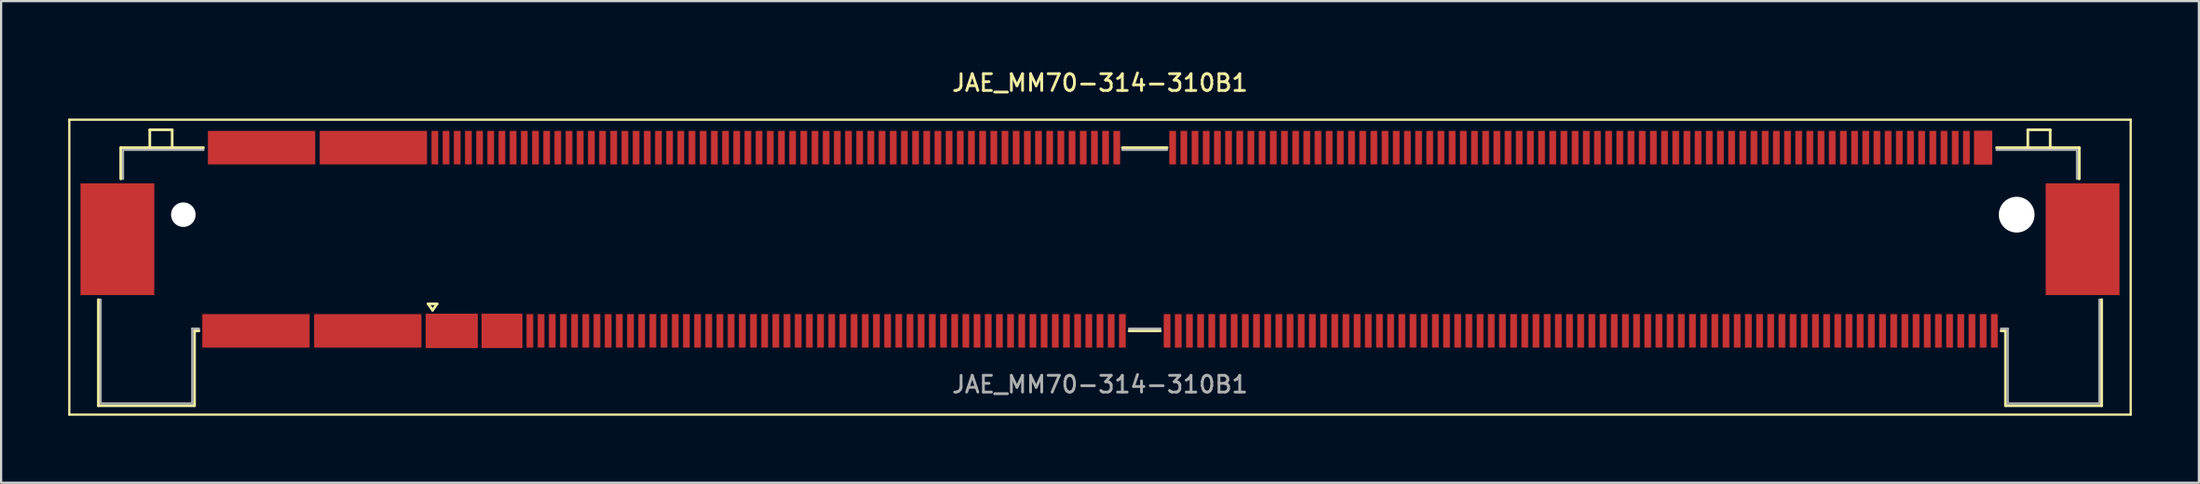
<source format=kicad_pcb>
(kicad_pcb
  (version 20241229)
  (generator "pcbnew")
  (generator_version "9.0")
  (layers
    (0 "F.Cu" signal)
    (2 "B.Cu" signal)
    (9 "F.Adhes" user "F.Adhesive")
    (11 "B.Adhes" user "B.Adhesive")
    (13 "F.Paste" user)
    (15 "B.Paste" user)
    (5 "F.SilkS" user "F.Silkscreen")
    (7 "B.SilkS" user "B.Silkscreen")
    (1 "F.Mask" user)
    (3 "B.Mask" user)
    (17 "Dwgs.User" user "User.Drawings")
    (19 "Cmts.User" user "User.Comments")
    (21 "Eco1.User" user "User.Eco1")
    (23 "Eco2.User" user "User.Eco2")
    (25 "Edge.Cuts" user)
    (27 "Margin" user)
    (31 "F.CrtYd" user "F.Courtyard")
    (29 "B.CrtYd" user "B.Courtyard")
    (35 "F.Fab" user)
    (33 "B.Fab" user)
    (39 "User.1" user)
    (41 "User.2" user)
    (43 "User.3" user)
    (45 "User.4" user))
  (footprint "JAE_MM70-314-310B1"
    (layer "F.Cu")
    (at 46.15 7.658)
    (property "Reference" "JAE_MM70-314-310B1" (at 0 -7 0) (layer "F.SilkS") (effects (font (size 0.75 0.75) (thickness 0.125))))
    (attr smd)
    (fp_line (start -46.1 -5.35) (end -46.1 7.85) (stroke (width 0.1) (type solid)) (layer "F.SilkS"))
    (fp_line (start -46.1 7.85) (end 46.1 7.85) (stroke (width 0.1) (type solid)) (layer "F.SilkS"))
    (fp_line (start -44.8 7.45) (end -44.8 2.7) (stroke (width 0.12) (type solid)) (layer "F.SilkS"))
    (fp_line (start -43.8 -4.1) (end -43.8 -2.7) (stroke (width 0.12) (type solid)) (layer "F.SilkS"))
    (fp_line (start -42.5 -4.9) (end -42.5 -4.1) (stroke (width 0.12) (type solid)) (layer "F.SilkS"))
    (fp_line (start -41.5 -4.9) (end -42.5 -4.9) (stroke (width 0.12) (type solid)) (layer "F.SilkS"))
    (fp_line (start -41.5 -4.9) (end -41.5 -4.1) (stroke (width 0.12) (type solid)) (layer "F.SilkS"))
    (fp_line (start -40.5 7.45) (end -44.8 7.45) (stroke (width 0.12) (type solid)) (layer "F.SilkS"))
    (fp_line (start -40.5 7.45) (end -40.5 4.1) (stroke (width 0.12) (type solid)) (layer "F.SilkS"))
    (fp_line (start -40.3 4.1) (end -40.5 4.1) (stroke (width 0.12) (type solid)) (layer "F.SilkS"))
    (fp_line (start -40.1 -4.1) (end -43.8 -4.1) (stroke (width 0.12) (type solid)) (layer "F.SilkS"))
    (fp_line (start -30.052 2.892) (end -29.652 2.892) (stroke (width 0.12) (type solid)) (layer "F.SilkS"))
    (fp_line (start -29.852 3.175) (end -30.052 2.892) (stroke (width 0.12) (type solid)) (layer "F.SilkS"))
    (fp_line (start -29.652 2.892) (end -29.852 3.175) (stroke (width 0.12) (type solid)) (layer "F.SilkS"))
    (fp_line (start 1 -4.1) (end 3 -4.1) (stroke (width 0.12) (type solid)) (layer "F.SilkS"))
    (fp_line (start 1.3 4.1) (end 2.7 4.1) (stroke (width 0.12) (type solid)) (layer "F.SilkS"))
    (fp_line (start 40.1 -4.1) (end 43.8 -4.1) (stroke (width 0.12) (type solid)) (layer "F.SilkS"))
    (fp_line (start 40.3 4.1) (end 40.5 4.1) (stroke (width 0.12) (type solid)) (layer "F.SilkS"))
    (fp_line (start 40.5 7.45) (end 40.5 4.1) (stroke (width 0.12) (type solid)) (layer "F.SilkS"))
    (fp_line (start 40.5 7.45) (end 44.8 7.45) (stroke (width 0.12) (type solid)) (layer "F.SilkS"))
    (fp_line (start 41.5 -4.9) (end 41.5 -4.1) (stroke (width 0.12) (type solid)) (layer "F.SilkS"))
    (fp_line (start 41.5 -4.9) (end 42.5 -4.9) (stroke (width 0.12) (type solid)) (layer "F.SilkS"))
    (fp_line (start 42.5 -4.9) (end 42.5 -4.1) (stroke (width 0.12) (type solid)) (layer "F.SilkS"))
    (fp_line (start 43.8 -4.1) (end 43.8 -2.7) (stroke (width 0.12) (type solid)) (layer "F.SilkS"))
    (fp_line (start 44.8 7.45) (end 44.8 2.7) (stroke (width 0.12) (type solid)) (layer "F.SilkS"))
    (fp_line (start 46.1 -5.35) (end -46.1 -5.35) (stroke (width 0.1) (type solid)) (layer "F.SilkS"))
    (fp_line (start 46.1 7.85) (end 46.1 -5.35) (stroke (width 0.1) (type solid)) (layer "F.SilkS"))
    (fp_line (start -44.7 7.35) (end -44.7 2.7) (stroke (width 0.1) (type solid)) (layer "F.Fab"))
    (fp_line (start -43.7 -4) (end -43.7 -2.7) (stroke (width 0.1) (type solid)) (layer "F.Fab"))
    (fp_line (start -40.6 7.35) (end -44.7 7.35) (stroke (width 0.1) (type solid)) (layer "F.Fab"))
    (fp_line (start -40.6 7.35) (end -40.6 4) (stroke (width 0.1) (type solid)) (layer "F.Fab"))
    (fp_line (start -40.3 4) (end -40.6 4) (stroke (width 0.1) (type solid)) (layer "F.Fab"))
    (fp_line (start -40.1 -4) (end -43.7 -4) (stroke (width 0.1) (type solid)) (layer "F.Fab"))
    (fp_line (start 1 -4) (end 3 -4) (stroke (width 0.1) (type solid)) (layer "F.Fab"))
    (fp_line (start 1.3 4) (end 2.7 4) (stroke (width 0.1) (type solid)) (layer "F.Fab"))
    (fp_line (start 40.1 -4) (end 43.7 -4) (stroke (width 0.1) (type solid)) (layer "F.Fab"))
    (fp_line (start 40.303 4) (end 40.603 4) (stroke (width 0.1) (type solid)) (layer "F.Fab"))
    (fp_line (start 40.6 7.35) (end 40.6 4) (stroke (width 0.1) (type solid)) (layer "F.Fab"))
    (fp_line (start 40.6 7.35) (end 44.7 7.35) (stroke (width 0.1) (type solid)) (layer "F.Fab"))
    (fp_line (start 43.7 -4) (end 43.7 -2.7) (stroke (width 0.1) (type solid)) (layer "F.Fab"))
    (fp_line (start 44.7 7.35) (end 44.7 2.7) (stroke (width 0.1) (type solid)) (layer "F.Fab"))
    (fp_text user "${REFERENCE}" (at 0 6.5 0) (layer "F.Fab") (effects (font (size 0.75 0.75) (thickness 0.125))))
    (pad "" np_thru_hole circle (at -41 -1.1) (size 1.1 1.1) (drill 1.1) (layers "*.Cu" "*.Mask"))
    (pad "" np_thru_hole circle (at 41 -1.1) (size 1.6 1.6) (drill 1.6) (layers "*.Cu" "*.Mask"))
    (pad "1" smd rect (at -29 4.1) (size 2.3 1.5) (layers "F.Cu" "F.Mask" "F.Paste"))
    (pad "2" smd rect (at -29.75 -4.1) (size 0.3 1.5) (layers "F.Cu" "F.Mask" "F.Paste"))
    (pad "3" smd rect (at -29 4.1) (size 2.3 1.5) (layers "F.Cu" "F.Mask" "F.Paste"))
    (pad "4" smd rect (at -29.25 -4.1) (size 0.3 1.5) (layers "F.Cu" "F.Mask" "F.Paste"))
    (pad "5" smd rect (at -29 4.1) (size 2.3 1.5) (layers "F.Cu" "F.Mask" "F.Paste"))
    (pad "6" smd rect (at -28.75 -4.1) (size 0.3 1.5) (layers "F.Cu" "F.Mask" "F.Paste"))
    (pad "7" smd rect (at -29 4.1) (size 2.3 1.5) (layers "F.Cu" "F.Mask" "F.Paste"))
    (pad "8" smd rect (at -28.25 -4.1) (size 0.3 1.5) (layers "F.Cu" "F.Mask" "F.Paste"))
    (pad "9" smd rect (at -29 4.1) (size 2.3 1.5) (layers "F.Cu" "F.Mask" "F.Paste"))
    (pad "10" smd rect (at -27.75 -4.1) (size 0.3 1.5) (layers "F.Cu" "F.Mask" "F.Paste"))
    (pad "11" smd rect (at -26.75 4.1) (size 1.8 1.5) (layers "F.Cu" "F.Mask" "F.Paste"))
    (pad "12" smd rect (at -27.25 -4.1) (size 0.3 1.5) (layers "F.Cu" "F.Mask" "F.Paste"))
    (pad "13" smd rect (at -26.75 4.1) (size 1.8 1.5) (layers "F.Cu" "F.Mask" "F.Paste"))
    (pad "14" smd rect (at -26.75 -4.1) (size 0.3 1.5) (layers "F.Cu" "F.Mask" "F.Paste"))
    (pad "15" smd rect (at -26.75 4.1) (size 1.8 1.5) (layers "F.Cu" "F.Mask" "F.Paste"))
    (pad "16" smd rect (at -26.25 -4.1) (size 0.3 1.5) (layers "F.Cu" "F.Mask" "F.Paste"))
    (pad "17" smd rect (at -26.75 4.1) (size 1.8 1.5) (layers "F.Cu" "F.Mask" "F.Paste"))
    (pad "18" smd rect (at -25.75 -4.1) (size 0.3 1.5) (layers "F.Cu" "F.Mask" "F.Paste"))
    (pad "19" smd rect (at -25.5 4.1) (size 0.3 1.5) (layers "F.Cu" "F.Mask" "F.Paste"))
    (pad "20" smd rect (at -25.25 -4.1) (size 0.3 1.5) (layers "F.Cu" "F.Mask" "F.Paste"))
    (pad "21" smd rect (at -25 4.1) (size 0.3 1.5) (layers "F.Cu" "F.Mask" "F.Paste"))
    (pad "22" smd rect (at -24.75 -4.1) (size 0.3 1.5) (layers "F.Cu" "F.Mask" "F.Paste"))
    (pad "23" smd rect (at -24.5 4.1) (size 0.3 1.5) (layers "F.Cu" "F.Mask" "F.Paste"))
    (pad "24" smd rect (at -24.25 -4.1) (size 0.3 1.5) (layers "F.Cu" "F.Mask" "F.Paste"))
    (pad "25" smd rect (at -24 4.1) (size 0.3 1.5) (layers "F.Cu" "F.Mask" "F.Paste"))
    (pad "26" smd rect (at -23.75 -4.1) (size 0.3 1.5) (layers "F.Cu" "F.Mask" "F.Paste"))
    (pad "27" smd rect (at -23.5 4.1) (size 0.3 1.5) (layers "F.Cu" "F.Mask" "F.Paste"))
    (pad "28" smd rect (at -23.25 -4.1) (size 0.3 1.5) (layers "F.Cu" "F.Mask" "F.Paste"))
    (pad "29" smd rect (at -23 4.1) (size 0.3 1.5) (layers "F.Cu" "F.Mask" "F.Paste"))
    (pad "30" smd rect (at -22.75 -4.1) (size 0.3 1.5) (layers "F.Cu" "F.Mask" "F.Paste"))
    (pad "31" smd rect (at -22.5 4.1) (size 0.3 1.5) (layers "F.Cu" "F.Mask" "F.Paste"))
    (pad "32" smd rect (at -22.25 -4.1) (size 0.3 1.5) (layers "F.Cu" "F.Mask" "F.Paste"))
    (pad "33" smd rect (at -22 4.1) (size 0.3 1.5) (layers "F.Cu" "F.Mask" "F.Paste"))
    (pad "34" smd rect (at -21.75 -4.1) (size 0.3 1.5) (layers "F.Cu" "F.Mask" "F.Paste"))
    (pad "35" smd rect (at -21.5 4.1) (size 0.3 1.5) (layers "F.Cu" "F.Mask" "F.Paste"))
    (pad "36" smd rect (at -21.25 -4.1) (size 0.3 1.5) (layers "F.Cu" "F.Mask" "F.Paste"))
    (pad "37" smd rect (at -21 4.1) (size 0.3 1.5) (layers "F.Cu" "F.Mask" "F.Paste"))
    (pad "38" smd rect (at -20.75 -4.1) (size 0.3 1.5) (layers "F.Cu" "F.Mask" "F.Paste"))
    (pad "39" smd rect (at -20.5 4.1) (size 0.3 1.5) (layers "F.Cu" "F.Mask" "F.Paste"))
    (pad "40" smd rect (at -20.25 -4.1) (size 0.3 1.5) (layers "F.Cu" "F.Mask" "F.Paste"))
    (pad "41" smd rect (at -20 4.1) (size 0.3 1.5) (layers "F.Cu" "F.Mask" "F.Paste"))
    (pad "42" smd rect (at -19.75 -4.1) (size 0.3 1.5) (layers "F.Cu" "F.Mask" "F.Paste"))
    (pad "43" smd rect (at -19.5 4.1) (size 0.3 1.5) (layers "F.Cu" "F.Mask" "F.Paste"))
    (pad "44" smd rect (at -19.25 -4.1) (size 0.3 1.5) (layers "F.Cu" "F.Mask" "F.Paste"))
    (pad "45" smd rect (at -19 4.1) (size 0.3 1.5) (layers "F.Cu" "F.Mask" "F.Paste"))
    (pad "46" smd rect (at -18.75 -4.1) (size 0.3 1.5) (layers "F.Cu" "F.Mask" "F.Paste"))
    (pad "47" smd rect (at -18.5 4.1) (size 0.3 1.5) (layers "F.Cu" "F.Mask" "F.Paste"))
    (pad "48" smd rect (at -18.25 -4.1) (size 0.3 1.5) (layers "F.Cu" "F.Mask" "F.Paste"))
    (pad "49" smd rect (at -18 4.1) (size 0.3 1.5) (layers "F.Cu" "F.Mask" "F.Paste"))
    (pad "50" smd rect (at -17.75 -4.1) (size 0.3 1.5) (layers "F.Cu" "F.Mask" "F.Paste"))
    (pad "51" smd rect (at -17.5 4.1) (size 0.3 1.5) (layers "F.Cu" "F.Mask" "F.Paste"))
    (pad "52" smd rect (at -17.25 -4.1) (size 0.3 1.5) (layers "F.Cu" "F.Mask" "F.Paste"))
    (pad "53" smd rect (at -17 4.1) (size 0.3 1.5) (layers "F.Cu" "F.Mask" "F.Paste"))
    (pad "54" smd rect (at -16.75 -4.1) (size 0.3 1.5) (layers "F.Cu" "F.Mask" "F.Paste"))
    (pad "55" smd rect (at -16.5 4.1) (size 0.3 1.5) (layers "F.Cu" "F.Mask" "F.Paste"))
    (pad "56" smd rect (at -16.25 -4.1) (size 0.3 1.5) (layers "F.Cu" "F.Mask" "F.Paste"))
    (pad "57" smd rect (at -16 4.1) (size 0.3 1.5) (layers "F.Cu" "F.Mask" "F.Paste"))
    (pad "58" smd rect (at -15.75 -4.1) (size 0.3 1.5) (layers "F.Cu" "F.Mask" "F.Paste"))
    (pad "59" smd rect (at -15.5 4.1) (size 0.3 1.5) (layers "F.Cu" "F.Mask" "F.Paste"))
    (pad "60" smd rect (at -15.25 -4.1) (size 0.3 1.5) (layers "F.Cu" "F.Mask" "F.Paste"))
    (pad "61" smd rect (at -15 4.1) (size 0.3 1.5) (layers "F.Cu" "F.Mask" "F.Paste"))
    (pad "62" smd rect (at -14.75 -4.1) (size 0.3 1.5) (layers "F.Cu" "F.Mask" "F.Paste"))
    (pad "63" smd rect (at -14.5 4.1) (size 0.3 1.5) (layers "F.Cu" "F.Mask" "F.Paste"))
    (pad "64" smd rect (at -14.25 -4.1) (size 0.3 1.5) (layers "F.Cu" "F.Mask" "F.Paste"))
    (pad "65" smd rect (at -14 4.1) (size 0.3 1.5) (layers "F.Cu" "F.Mask" "F.Paste"))
    (pad "66" smd rect (at -13.75 -4.1) (size 0.3 1.5) (layers "F.Cu" "F.Mask" "F.Paste"))
    (pad "67" smd rect (at -13.5 4.1) (size 0.3 1.5) (layers "F.Cu" "F.Mask" "F.Paste"))
    (pad "68" smd rect (at -13.25 -4.1) (size 0.3 1.5) (layers "F.Cu" "F.Mask" "F.Paste"))
    (pad "69" smd rect (at -13 4.1) (size 0.3 1.5) (layers "F.Cu" "F.Mask" "F.Paste"))
    (pad "70" smd rect (at -12.75 -4.1) (size 0.3 1.5) (layers "F.Cu" "F.Mask" "F.Paste"))
    (pad "71" smd rect (at -12.5 4.1) (size 0.3 1.5) (layers "F.Cu" "F.Mask" "F.Paste"))
    (pad "72" smd rect (at -12.25 -4.1) (size 0.3 1.5) (layers "F.Cu" "F.Mask" "F.Paste"))
    (pad "73" smd rect (at -12 4.1) (size 0.3 1.5) (layers "F.Cu" "F.Mask" "F.Paste"))
    (pad "74" smd rect (at -11.75 -4.1) (size 0.3 1.5) (layers "F.Cu" "F.Mask" "F.Paste"))
    (pad "75" smd rect (at -11.5 4.1) (size 0.3 1.5) (layers "F.Cu" "F.Mask" "F.Paste"))
    (pad "76" smd rect (at -11.25 -4.1) (size 0.3 1.5) (layers "F.Cu" "F.Mask" "F.Paste"))
    (pad "77" smd rect (at -11 4.1) (size 0.3 1.5) (layers "F.Cu" "F.Mask" "F.Paste"))
    (pad "78" smd rect (at -10.75 -4.1) (size 0.3 1.5) (layers "F.Cu" "F.Mask" "F.Paste"))
    (pad "79" smd rect (at -10.5 4.1) (size 0.3 1.5) (layers "F.Cu" "F.Mask" "F.Paste"))
    (pad "80" smd rect (at -10.25 -4.1) (size 0.3 1.5) (layers "F.Cu" "F.Mask" "F.Paste"))
    (pad "81" smd rect (at -10 4.1) (size 0.3 1.5) (layers "F.Cu" "F.Mask" "F.Paste"))
    (pad "82" smd rect (at -9.75 -4.1) (size 0.3 1.5) (layers "F.Cu" "F.Mask" "F.Paste"))
    (pad "83" smd rect (at -9.5 4.1) (size 0.3 1.5) (layers "F.Cu" "F.Mask" "F.Paste"))
    (pad "84" smd rect (at -9.25 -4.1) (size 0.3 1.5) (layers "F.Cu" "F.Mask" "F.Paste"))
    (pad "85" smd rect (at -9 4.1) (size 0.3 1.5) (layers "F.Cu" "F.Mask" "F.Paste"))
    (pad "86" smd rect (at -8.75 -4.1) (size 0.3 1.5) (layers "F.Cu" "F.Mask" "F.Paste"))
    (pad "87" smd rect (at -8.5 4.1) (size 0.3 1.5) (layers "F.Cu" "F.Mask" "F.Paste"))
    (pad "88" smd rect (at -8.25 -4.1) (size 0.3 1.5) (layers "F.Cu" "F.Mask" "F.Paste"))
    (pad "89" smd rect (at -8 4.1) (size 0.3 1.5) (layers "F.Cu" "F.Mask" "F.Paste"))
    (pad "90" smd rect (at -7.75 -4.1) (size 0.3 1.5) (layers "F.Cu" "F.Mask" "F.Paste"))
    (pad "91" smd rect (at -7.5 4.1) (size 0.3 1.5) (layers "F.Cu" "F.Mask" "F.Paste"))
    (pad "92" smd rect (at -7.25 -4.1) (size 0.3 1.5) (layers "F.Cu" "F.Mask" "F.Paste"))
    (pad "93" smd rect (at -7 4.1) (size 0.3 1.5) (layers "F.Cu" "F.Mask" "F.Paste"))
    (pad "94" smd rect (at -6.75 -4.1) (size 0.3 1.5) (layers "F.Cu" "F.Mask" "F.Paste"))
    (pad "95" smd rect (at -6.5 4.1) (size 0.3 1.5) (layers "F.Cu" "F.Mask" "F.Paste"))
    (pad "96" smd rect (at -6.25 -4.1) (size 0.3 1.5) (layers "F.Cu" "F.Mask" "F.Paste"))
    (pad "97" smd rect (at -6 4.1) (size 0.3 1.5) (layers "F.Cu" "F.Mask" "F.Paste"))
    (pad "98" smd rect (at -5.75 -4.1) (size 0.3 1.5) (layers "F.Cu" "F.Mask" "F.Paste"))
    (pad "99" smd rect (at -5.5 4.1) (size 0.3 1.5) (layers "F.Cu" "F.Mask" "F.Paste"))
    (pad "100" smd rect (at -5.25 -4.1) (size 0.3 1.5) (layers "F.Cu" "F.Mask" "F.Paste"))
    (pad "101" smd rect (at -5 4.1) (size 0.3 1.5) (layers "F.Cu" "F.Mask" "F.Paste"))
    (pad "102" smd rect (at -4.75 -4.1) (size 0.3 1.5) (layers "F.Cu" "F.Mask" "F.Paste"))
    (pad "103" smd rect (at -4.5 4.1) (size 0.3 1.5) (layers "F.Cu" "F.Mask" "F.Paste"))
    (pad "104" smd rect (at -4.25 -4.1) (size 0.3 1.5) (layers "F.Cu" "F.Mask" "F.Paste"))
    (pad "105" smd rect (at -4 4.1) (size 0.3 1.5) (layers "F.Cu" "F.Mask" "F.Paste"))
    (pad "106" smd rect (at -3.75 -4.1) (size 0.3 1.5) (layers "F.Cu" "F.Mask" "F.Paste"))
    (pad "107" smd rect (at -3.5 4.1) (size 0.3 1.5) (layers "F.Cu" "F.Mask" "F.Paste"))
    (pad "108" smd rect (at -3.25 -4.1) (size 0.3 1.5) (layers "F.Cu" "F.Mask" "F.Paste"))
    (pad "109" smd rect (at -3 4.1) (size 0.3 1.5) (layers "F.Cu" "F.Mask" "F.Paste"))
    (pad "110" smd rect (at -2.75 -4.1) (size 0.3 1.5) (layers "F.Cu" "F.Mask" "F.Paste"))
    (pad "111" smd rect (at -2.5 4.1) (size 0.3 1.5) (layers "F.Cu" "F.Mask" "F.Paste"))
    (pad "112" smd rect (at -2.25 -4.1) (size 0.3 1.5) (layers "F.Cu" "F.Mask" "F.Paste"))
    (pad "113" smd rect (at -2 4.1) (size 0.3 1.5) (layers "F.Cu" "F.Mask" "F.Paste"))
    (pad "114" smd rect (at -1.75 -4.1) (size 0.3 1.5) (layers "F.Cu" "F.Mask" "F.Paste"))
    (pad "115" smd rect (at -1.5 4.1) (size 0.3 1.5) (layers "F.Cu" "F.Mask" "F.Paste"))
    (pad "116" smd rect (at -1.25 -4.1) (size 0.3 1.5) (layers "F.Cu" "F.Mask" "F.Paste"))
    (pad "117" smd rect (at -1 4.1) (size 0.3 1.5) (layers "F.Cu" "F.Mask" "F.Paste"))
    (pad "118" smd rect (at -0.75 -4.1) (size 0.3 1.5) (layers "F.Cu" "F.Mask" "F.Paste"))
    (pad "119" smd rect (at -0.5 4.1) (size 0.3 1.5) (layers "F.Cu" "F.Mask" "F.Paste"))
    (pad "120" smd rect (at -0.25 -4.1) (size 0.3 1.5) (layers "F.Cu" "F.Mask" "F.Paste"))
    (pad "121" smd rect (at 0 4.1) (size 0.3 1.5) (layers "F.Cu" "F.Mask" "F.Paste"))
    (pad "122" smd rect (at 0.25 -4.1) (size 0.3 1.5) (layers "F.Cu" "F.Mask" "F.Paste"))
    (pad "123" smd rect (at 0.5 4.1) (size 0.3 1.5) (layers "F.Cu" "F.Mask" "F.Paste"))
    (pad "124" smd rect (at 0.75 -4.1) (size 0.3 1.5) (layers "F.Cu" "F.Mask" "F.Paste"))
    (pad "125" smd rect (at 1 4.1) (size 0.3 1.5) (layers "F.Cu" "F.Mask" "F.Paste"))
    (pad "133" smd rect (at 3 4.1) (size 0.3 1.5) (layers "F.Cu" "F.Mask" "F.Paste"))
    (pad "134" smd rect (at 3.25 -4.1) (size 0.3 1.5) (layers "F.Cu" "F.Mask" "F.Paste"))
    (pad "135" smd rect (at 3.5 4.1) (size 0.3 1.5) (layers "F.Cu" "F.Mask" "F.Paste"))
    (pad "136" smd rect (at 3.75 -4.1) (size 0.3 1.5) (layers "F.Cu" "F.Mask" "F.Paste"))
    (pad "137" smd rect (at 4 4.1) (size 0.3 1.5) (layers "F.Cu" "F.Mask" "F.Paste"))
    (pad "138" smd rect (at 4.25 -4.1) (size 0.3 1.5) (layers "F.Cu" "F.Mask" "F.Paste"))
    (pad "139" smd rect (at 4.5 4.1) (size 0.3 1.5) (layers "F.Cu" "F.Mask" "F.Paste"))
    (pad "140" smd rect (at 4.75 -4.1) (size 0.3 1.5) (layers "F.Cu" "F.Mask" "F.Paste"))
    (pad "141" smd rect (at 5 4.1) (size 0.3 1.5) (layers "F.Cu" "F.Mask" "F.Paste"))
    (pad "142" smd rect (at 5.25 -4.1) (size 0.3 1.5) (layers "F.Cu" "F.Mask" "F.Paste"))
    (pad "143" smd rect (at 5.5 4.1) (size 0.3 1.5) (layers "F.Cu" "F.Mask" "F.Paste"))
    (pad "144" smd rect (at 5.75 -4.1) (size 0.3 1.5) (layers "F.Cu" "F.Mask" "F.Paste"))
    (pad "145" smd rect (at 6 4.1) (size 0.3 1.5) (layers "F.Cu" "F.Mask" "F.Paste"))
    (pad "146" smd rect (at 6.25 -4.1) (size 0.3 1.5) (layers "F.Cu" "F.Mask" "F.Paste"))
    (pad "147" smd rect (at 6.5 4.1) (size 0.3 1.5) (layers "F.Cu" "F.Mask" "F.Paste"))
    (pad "148" smd rect (at 6.75 -4.1) (size 0.3 1.5) (layers "F.Cu" "F.Mask" "F.Paste"))
    (pad "149" smd rect (at 7 4.1) (size 0.3 1.5) (layers "F.Cu" "F.Mask" "F.Paste"))
    (pad "150" smd rect (at 7.25 -4.1) (size 0.3 1.5) (layers "F.Cu" "F.Mask" "F.Paste"))
    (pad "151" smd rect (at 7.5 4.1) (size 0.3 1.5) (layers "F.Cu" "F.Mask" "F.Paste"))
    (pad "152" smd rect (at 7.75 -4.1) (size 0.3 1.5) (layers "F.Cu" "F.Mask" "F.Paste"))
    (pad "153" smd rect (at 8 4.1) (size 0.3 1.5) (layers "F.Cu" "F.Mask" "F.Paste"))
    (pad "154" smd rect (at 8.25 -4.1) (size 0.3 1.5) (layers "F.Cu" "F.Mask" "F.Paste"))
    (pad "155" smd rect (at 8.5 4.1) (size 0.3 1.5) (layers "F.Cu" "F.Mask" "F.Paste"))
    (pad "156" smd rect (at 8.75 -4.1) (size 0.3 1.5) (layers "F.Cu" "F.Mask" "F.Paste"))
    (pad "157" smd rect (at 9 4.1) (size 0.3 1.5) (layers "F.Cu" "F.Mask" "F.Paste"))
    (pad "158" smd rect (at 9.25 -4.1) (size 0.3 1.5) (layers "F.Cu" "F.Mask" "F.Paste"))
    (pad "159" smd rect (at 9.5 4.1) (size 0.3 1.5) (layers "F.Cu" "F.Mask" "F.Paste"))
    (pad "160" smd rect (at 9.75 -4.1) (size 0.3 1.5) (layers "F.Cu" "F.Mask" "F.Paste"))
    (pad "161" smd rect (at 10 4.1) (size 0.3 1.5) (layers "F.Cu" "F.Mask" "F.Paste"))
    (pad "162" smd rect (at 10.25 -4.1) (size 0.3 1.5) (layers "F.Cu" "F.Mask" "F.Paste"))
    (pad "163" smd rect (at 10.5 4.1) (size 0.3 1.5) (layers "F.Cu" "F.Mask" "F.Paste"))
    (pad "164" smd rect (at 10.75 -4.1) (size 0.3 1.5) (layers "F.Cu" "F.Mask" "F.Paste"))
    (pad "165" smd rect (at 11 4.1) (size 0.3 1.5) (layers "F.Cu" "F.Mask" "F.Paste"))
    (pad "166" smd rect (at 11.25 -4.1) (size 0.3 1.5) (layers "F.Cu" "F.Mask" "F.Paste"))
    (pad "167" smd rect (at 11.5 4.1) (size 0.3 1.5) (layers "F.Cu" "F.Mask" "F.Paste"))
    (pad "168" smd rect (at 11.75 -4.1) (size 0.3 1.5) (layers "F.Cu" "F.Mask" "F.Paste"))
    (pad "169" smd rect (at 12 4.1) (size 0.3 1.5) (layers "F.Cu" "F.Mask" "F.Paste"))
    (pad "170" smd rect (at 12.25 -4.1) (size 0.3 1.5) (layers "F.Cu" "F.Mask" "F.Paste"))
    (pad "171" smd rect (at 12.5 4.1) (size 0.3 1.5) (layers "F.Cu" "F.Mask" "F.Paste"))
    (pad "172" smd rect (at 12.75 -4.1) (size 0.3 1.5) (layers "F.Cu" "F.Mask" "F.Paste"))
    (pad "173" smd rect (at 13 4.1) (size 0.3 1.5) (layers "F.Cu" "F.Mask" "F.Paste"))
    (pad "174" smd rect (at 13.25 -4.1) (size 0.3 1.5) (layers "F.Cu" "F.Mask" "F.Paste"))
    (pad "175" smd rect (at 13.5 4.1) (size 0.3 1.5) (layers "F.Cu" "F.Mask" "F.Paste"))
    (pad "176" smd rect (at 13.75 -4.1) (size 0.3 1.5) (layers "F.Cu" "F.Mask" "F.Paste"))
    (pad "177" smd rect (at 14 4.1) (size 0.3 1.5) (layers "F.Cu" "F.Mask" "F.Paste"))
    (pad "178" smd rect (at 14.25 -4.1) (size 0.3 1.5) (layers "F.Cu" "F.Mask" "F.Paste"))
    (pad "179" smd rect (at 14.5 4.1) (size 0.3 1.5) (layers "F.Cu" "F.Mask" "F.Paste"))
    (pad "180" smd rect (at 14.75 -4.1) (size 0.3 1.5) (layers "F.Cu" "F.Mask" "F.Paste"))
    (pad "181" smd rect (at 15 4.1) (size 0.3 1.5) (layers "F.Cu" "F.Mask" "F.Paste"))
    (pad "182" smd rect (at 15.25 -4.1) (size 0.3 1.5) (layers "F.Cu" "F.Mask" "F.Paste"))
    (pad "183" smd rect (at 15.5 4.1) (size 0.3 1.5) (layers "F.Cu" "F.Mask" "F.Paste"))
    (pad "184" smd rect (at 15.75 -4.1) (size 0.3 1.5) (layers "F.Cu" "F.Mask" "F.Paste"))
    (pad "185" smd rect (at 16 4.1) (size 0.3 1.5) (layers "F.Cu" "F.Mask" "F.Paste"))
    (pad "186" smd rect (at 16.25 -4.1) (size 0.3 1.5) (layers "F.Cu" "F.Mask" "F.Paste"))
    (pad "187" smd rect (at 16.5 4.1) (size 0.3 1.5) (layers "F.Cu" "F.Mask" "F.Paste"))
    (pad "188" smd rect (at 16.75 -4.1) (size 0.3 1.5) (layers "F.Cu" "F.Mask" "F.Paste"))
    (pad "189" smd rect (at 17 4.1) (size 0.3 1.5) (layers "F.Cu" "F.Mask" "F.Paste"))
    (pad "190" smd rect (at 17.25 -4.1) (size 0.3 1.5) (layers "F.Cu" "F.Mask" "F.Paste"))
    (pad "191" smd rect (at 17.5 4.1) (size 0.3 1.5) (layers "F.Cu" "F.Mask" "F.Paste"))
    (pad "192" smd rect (at 17.75 -4.1) (size 0.3 1.5) (layers "F.Cu" "F.Mask" "F.Paste"))
    (pad "193" smd rect (at 18 4.1) (size 0.3 1.5) (layers "F.Cu" "F.Mask" "F.Paste"))
    (pad "194" smd rect (at 18.25 -4.1) (size 0.3 1.5) (layers "F.Cu" "F.Mask" "F.Paste"))
    (pad "195" smd rect (at 18.5 4.1) (size 0.3 1.5) (layers "F.Cu" "F.Mask" "F.Paste"))
    (pad "196" smd rect (at 18.75 -4.1) (size 0.3 1.5) (layers "F.Cu" "F.Mask" "F.Paste"))
    (pad "197" smd rect (at 19 4.1) (size 0.3 1.5) (layers "F.Cu" "F.Mask" "F.Paste"))
    (pad "198" smd rect (at 19.25 -4.1) (size 0.3 1.5) (layers "F.Cu" "F.Mask" "F.Paste"))
    (pad "199" smd rect (at 19.5 4.1) (size 0.3 1.5) (layers "F.Cu" "F.Mask" "F.Paste"))
    (pad "200" smd rect (at 19.75 -4.1) (size 0.3 1.5) (layers "F.Cu" "F.Mask" "F.Paste"))
    (pad "201" smd rect (at 20 4.1) (size 0.3 1.5) (layers "F.Cu" "F.Mask" "F.Paste"))
    (pad "202" smd rect (at 20.25 -4.1) (size 0.3 1.5) (layers "F.Cu" "F.Mask" "F.Paste"))
    (pad "203" smd rect (at 20.5 4.1) (size 0.3 1.5) (layers "F.Cu" "F.Mask" "F.Paste"))
    (pad "204" smd rect (at 20.75 -4.1) (size 0.3 1.5) (layers "F.Cu" "F.Mask" "F.Paste"))
    (pad "205" smd rect (at 21 4.1) (size 0.3 1.5) (layers "F.Cu" "F.Mask" "F.Paste"))
    (pad "206" smd rect (at 21.25 -4.1) (size 0.3 1.5) (layers "F.Cu" "F.Mask" "F.Paste"))
    (pad "207" smd rect (at 21.5 4.1) (size 0.3 1.5) (layers "F.Cu" "F.Mask" "F.Paste"))
    (pad "208" smd rect (at 21.75 -4.1) (size 0.3 1.5) (layers "F.Cu" "F.Mask" "F.Paste"))
    (pad "209" smd rect (at 22 4.1) (size 0.3 1.5) (layers "F.Cu" "F.Mask" "F.Paste"))
    (pad "210" smd rect (at 22.25 -4.1) (size 0.3 1.5) (layers "F.Cu" "F.Mask" "F.Paste"))
    (pad "211" smd rect (at 22.5 4.1) (size 0.3 1.5) (layers "F.Cu" "F.Mask" "F.Paste"))
    (pad "212" smd rect (at 22.75 -4.1) (size 0.3 1.5) (layers "F.Cu" "F.Mask" "F.Paste"))
    (pad "213" smd rect (at 23 4.1) (size 0.3 1.5) (layers "F.Cu" "F.Mask" "F.Paste"))
    (pad "214" smd rect (at 23.25 -4.1) (size 0.3 1.5) (layers "F.Cu" "F.Mask" "F.Paste"))
    (pad "215" smd rect (at 23.5 4.1) (size 0.3 1.5) (layers "F.Cu" "F.Mask" "F.Paste"))
    (pad "216" smd rect (at 23.75 -4.1) (size 0.3 1.5) (layers "F.Cu" "F.Mask" "F.Paste"))
    (pad "217" smd rect (at 24 4.1) (size 0.3 1.5) (layers "F.Cu" "F.Mask" "F.Paste"))
    (pad "218" smd rect (at 24.25 -4.1) (size 0.3 1.5) (layers "F.Cu" "F.Mask" "F.Paste"))
    (pad "219" smd rect (at 24.5 4.1) (size 0.3 1.5) (layers "F.Cu" "F.Mask" "F.Paste"))
    (pad "220" smd rect (at 24.75 -4.1) (size 0.3 1.5) (layers "F.Cu" "F.Mask" "F.Paste"))
    (pad "221" smd rect (at 25 4.1) (size 0.3 1.5) (layers "F.Cu" "F.Mask" "F.Paste"))
    (pad "222" smd rect (at 25.25 -4.1) (size 0.3 1.5) (layers "F.Cu" "F.Mask" "F.Paste"))
    (pad "223" smd rect (at 25.5 4.1) (size 0.3 1.5) (layers "F.Cu" "F.Mask" "F.Paste"))
    (pad "224" smd rect (at 25.75 -4.1) (size 0.3 1.5) (layers "F.Cu" "F.Mask" "F.Paste"))
    (pad "225" smd rect (at 26 4.1) (size 0.3 1.5) (layers "F.Cu" "F.Mask" "F.Paste"))
    (pad "226" smd rect (at 26.25 -4.1) (size 0.3 1.5) (layers "F.Cu" "F.Mask" "F.Paste"))
    (pad "227" smd rect (at 26.5 4.1) (size 0.3 1.5) (layers "F.Cu" "F.Mask" "F.Paste"))
    (pad "228" smd rect (at 26.75 -4.1) (size 0.3 1.5) (layers "F.Cu" "F.Mask" "F.Paste"))
    (pad "229" smd rect (at 27 4.1) (size 0.3 1.5) (layers "F.Cu" "F.Mask" "F.Paste"))
    (pad "230" smd rect (at 27.25 -4.1) (size 0.3 1.5) (layers "F.Cu" "F.Mask" "F.Paste"))
    (pad "231" smd rect (at 27.5 4.1) (size 0.3 1.5) (layers "F.Cu" "F.Mask" "F.Paste"))
    (pad "232" smd rect (at 27.75 -4.1) (size 0.3 1.5) (layers "F.Cu" "F.Mask" "F.Paste"))
    (pad "233" smd rect (at 28 4.1) (size 0.3 1.5) (layers "F.Cu" "F.Mask" "F.Paste"))
    (pad "234" smd rect (at 28.25 -4.1) (size 0.3 1.5) (layers "F.Cu" "F.Mask" "F.Paste"))
    (pad "235" smd rect (at 28.5 4.1) (size 0.3 1.5) (layers "F.Cu" "F.Mask" "F.Paste"))
    (pad "236" smd rect (at 28.75 -4.1) (size 0.3 1.5) (layers "F.Cu" "F.Mask" "F.Paste"))
    (pad "237" smd rect (at 29 4.1) (size 0.3 1.5) (layers "F.Cu" "F.Mask" "F.Paste"))
    (pad "238" smd rect (at 29.25 -4.1) (size 0.3 1.5) (layers "F.Cu" "F.Mask" "F.Paste"))
    (pad "239" smd rect (at 29.5 4.1) (size 0.3 1.5) (layers "F.Cu" "F.Mask" "F.Paste"))
    (pad "240" smd rect (at 29.75 -4.1) (size 0.3 1.5) (layers "F.Cu" "F.Mask" "F.Paste"))
    (pad "241" smd rect (at 30 4.1) (size 0.3 1.5) (layers "F.Cu" "F.Mask" "F.Paste"))
    (pad "242" smd rect (at 30.25 -4.1) (size 0.3 1.5) (layers "F.Cu" "F.Mask" "F.Paste"))
    (pad "243" smd rect (at 30.5 4.1) (size 0.3 1.5) (layers "F.Cu" "F.Mask" "F.Paste"))
    (pad "244" smd rect (at 30.75 -4.1) (size 0.3 1.5) (layers "F.Cu" "F.Mask" "F.Paste"))
    (pad "245" smd rect (at 31 4.1) (size 0.3 1.5) (layers "F.Cu" "F.Mask" "F.Paste"))
    (pad "246" smd rect (at 31.25 -4.1) (size 0.3 1.5) (layers "F.Cu" "F.Mask" "F.Paste"))
    (pad "247" smd rect (at 31.5 4.1) (size 0.3 1.5) (layers "F.Cu" "F.Mask" "F.Paste"))
    (pad "248" smd rect (at 31.75 -4.1) (size 0.3 1.5) (layers "F.Cu" "F.Mask" "F.Paste"))
    (pad "249" smd rect (at 32 4.1) (size 0.3 1.5) (layers "F.Cu" "F.Mask" "F.Paste"))
    (pad "250" smd rect (at 32.25 -4.1) (size 0.3 1.5) (layers "F.Cu" "F.Mask" "F.Paste"))
    (pad "251" smd rect (at 32.5 4.1) (size 0.3 1.5) (layers "F.Cu" "F.Mask" "F.Paste"))
    (pad "252" smd rect (at 32.75 -4.1) (size 0.3 1.5) (layers "F.Cu" "F.Mask" "F.Paste"))
    (pad "253" smd rect (at 33 4.1) (size 0.3 1.5) (layers "F.Cu" "F.Mask" "F.Paste"))
    (pad "254" smd rect (at 33.25 -4.1) (size 0.3 1.5) (layers "F.Cu" "F.Mask" "F.Paste"))
    (pad "255" smd rect (at 33.5 4.1) (size 0.3 1.5) (layers "F.Cu" "F.Mask" "F.Paste"))
    (pad "256" smd rect (at 33.75 -4.1) (size 0.3 1.5) (layers "F.Cu" "F.Mask" "F.Paste"))
    (pad "257" smd rect (at 34 4.1) (size 0.3 1.5) (layers "F.Cu" "F.Mask" "F.Paste"))
    (pad "258" smd rect (at 34.25 -4.1) (size 0.3 1.5) (layers "F.Cu" "F.Mask" "F.Paste"))
    (pad "259" smd rect (at 34.5 4.1) (size 0.3 1.5) (layers "F.Cu" "F.Mask" "F.Paste"))
    (pad "260" smd rect (at 34.75 -4.1) (size 0.3 1.5) (layers "F.Cu" "F.Mask" "F.Paste"))
    (pad "261" smd rect (at 35 4.1) (size 0.3 1.5) (layers "F.Cu" "F.Mask" "F.Paste"))
    (pad "262" smd rect (at 35.25 -4.1) (size 0.3 1.5) (layers "F.Cu" "F.Mask" "F.Paste"))
    (pad "263" smd rect (at 35.5 4.1) (size 0.3 1.5) (layers "F.Cu" "F.Mask" "F.Paste"))
    (pad "264" smd rect (at 35.75 -4.1) (size 0.3 1.5) (layers "F.Cu" "F.Mask" "F.Paste"))
    (pad "265" smd rect (at 36 4.1) (size 0.3 1.5) (layers "F.Cu" "F.Mask" "F.Paste"))
    (pad "266" smd rect (at 36.25 -4.1) (size 0.3 1.5) (layers "F.Cu" "F.Mask" "F.Paste"))
    (pad "267" smd rect (at 36.5 4.1) (size 0.3 1.5) (layers "F.Cu" "F.Mask" "F.Paste"))
    (pad "268" smd rect (at 36.75 -4.1) (size 0.3 1.5) (layers "F.Cu" "F.Mask" "F.Paste"))
    (pad "269" smd rect (at 37 4.1) (size 0.3 1.5) (layers "F.Cu" "F.Mask" "F.Paste"))
    (pad "270" smd rect (at 37.25 -4.1) (size 0.3 1.5) (layers "F.Cu" "F.Mask" "F.Paste"))
    (pad "271" smd rect (at 37.5 4.1) (size 0.3 1.5) (layers "F.Cu" "F.Mask" "F.Paste"))
    (pad "272" smd rect (at 37.75 -4.1) (size 0.3 1.5) (layers "F.Cu" "F.Mask" "F.Paste"))
    (pad "273" smd rect (at 38 4.1) (size 0.3 1.5) (layers "F.Cu" "F.Mask" "F.Paste"))
    (pad "274" smd rect (at 38.25 -4.1) (size 0.3 1.5) (layers "F.Cu" "F.Mask" "F.Paste"))
    (pad "275" smd rect (at 38.5 4.1) (size 0.3 1.5) (layers "F.Cu" "F.Mask" "F.Paste"))
    (pad "276" smd rect (at 38.75 -4.1) (size 0.3 1.5) (layers "F.Cu" "F.Mask" "F.Paste"))
    (pad "277" smd rect (at 39 4.1) (size 0.3 1.5) (layers "F.Cu" "F.Mask" "F.Paste"))
    (pad "278" smd rect (at 39.5 -4.1) (size 0.8 1.5) (layers "F.Cu" "F.Mask" "F.Paste"))
    (pad "279" smd rect (at 39.5 4.1) (size 0.3 1.5) (layers "F.Cu" "F.Mask" "F.Paste"))
    (pad "280" smd rect (at 39.5 -4.1) (size 0.8 1.5) (layers "F.Cu" "F.Mask" "F.Paste"))
    (pad "281" smd rect (at 40 4.1) (size 0.3 1.5) (layers "F.Cu" "F.Mask" "F.Paste"))
    (pad "E1" smd rect (at -37.75 4.1) (size 4.8 1.5) (layers "F.Cu" "F.Mask" "F.Paste"))
    (pad "E2" smd rect (at -37.5 -4.1) (size 4.8 1.5) (layers "F.Cu" "F.Mask" "F.Paste"))
    (pad "E3" smd rect (at -32.75 4.1) (size 4.8 1.5) (layers "F.Cu" "F.Mask" "F.Paste"))
    (pad "E4" smd rect (at -32.5 -4.1) (size 4.8 1.5) (layers "F.Cu" "F.Mask" "F.Paste"))
    (pad "MP" smd rect (at -43.95 0) (size 3.3 5) (layers "F.Cu" "F.Mask" "F.Paste"))
    (pad "MP" smd rect (at 43.95 0) (size 3.3 5) (layers "F.Cu" "F.Mask" "F.Paste")))
  (gr_rect
    (start -3 -3)
    (end 95.3 18.558)
    (stroke (width 0.1) (type default))
    (fill no)
    (layer "Edge.Cuts")))
</source>
